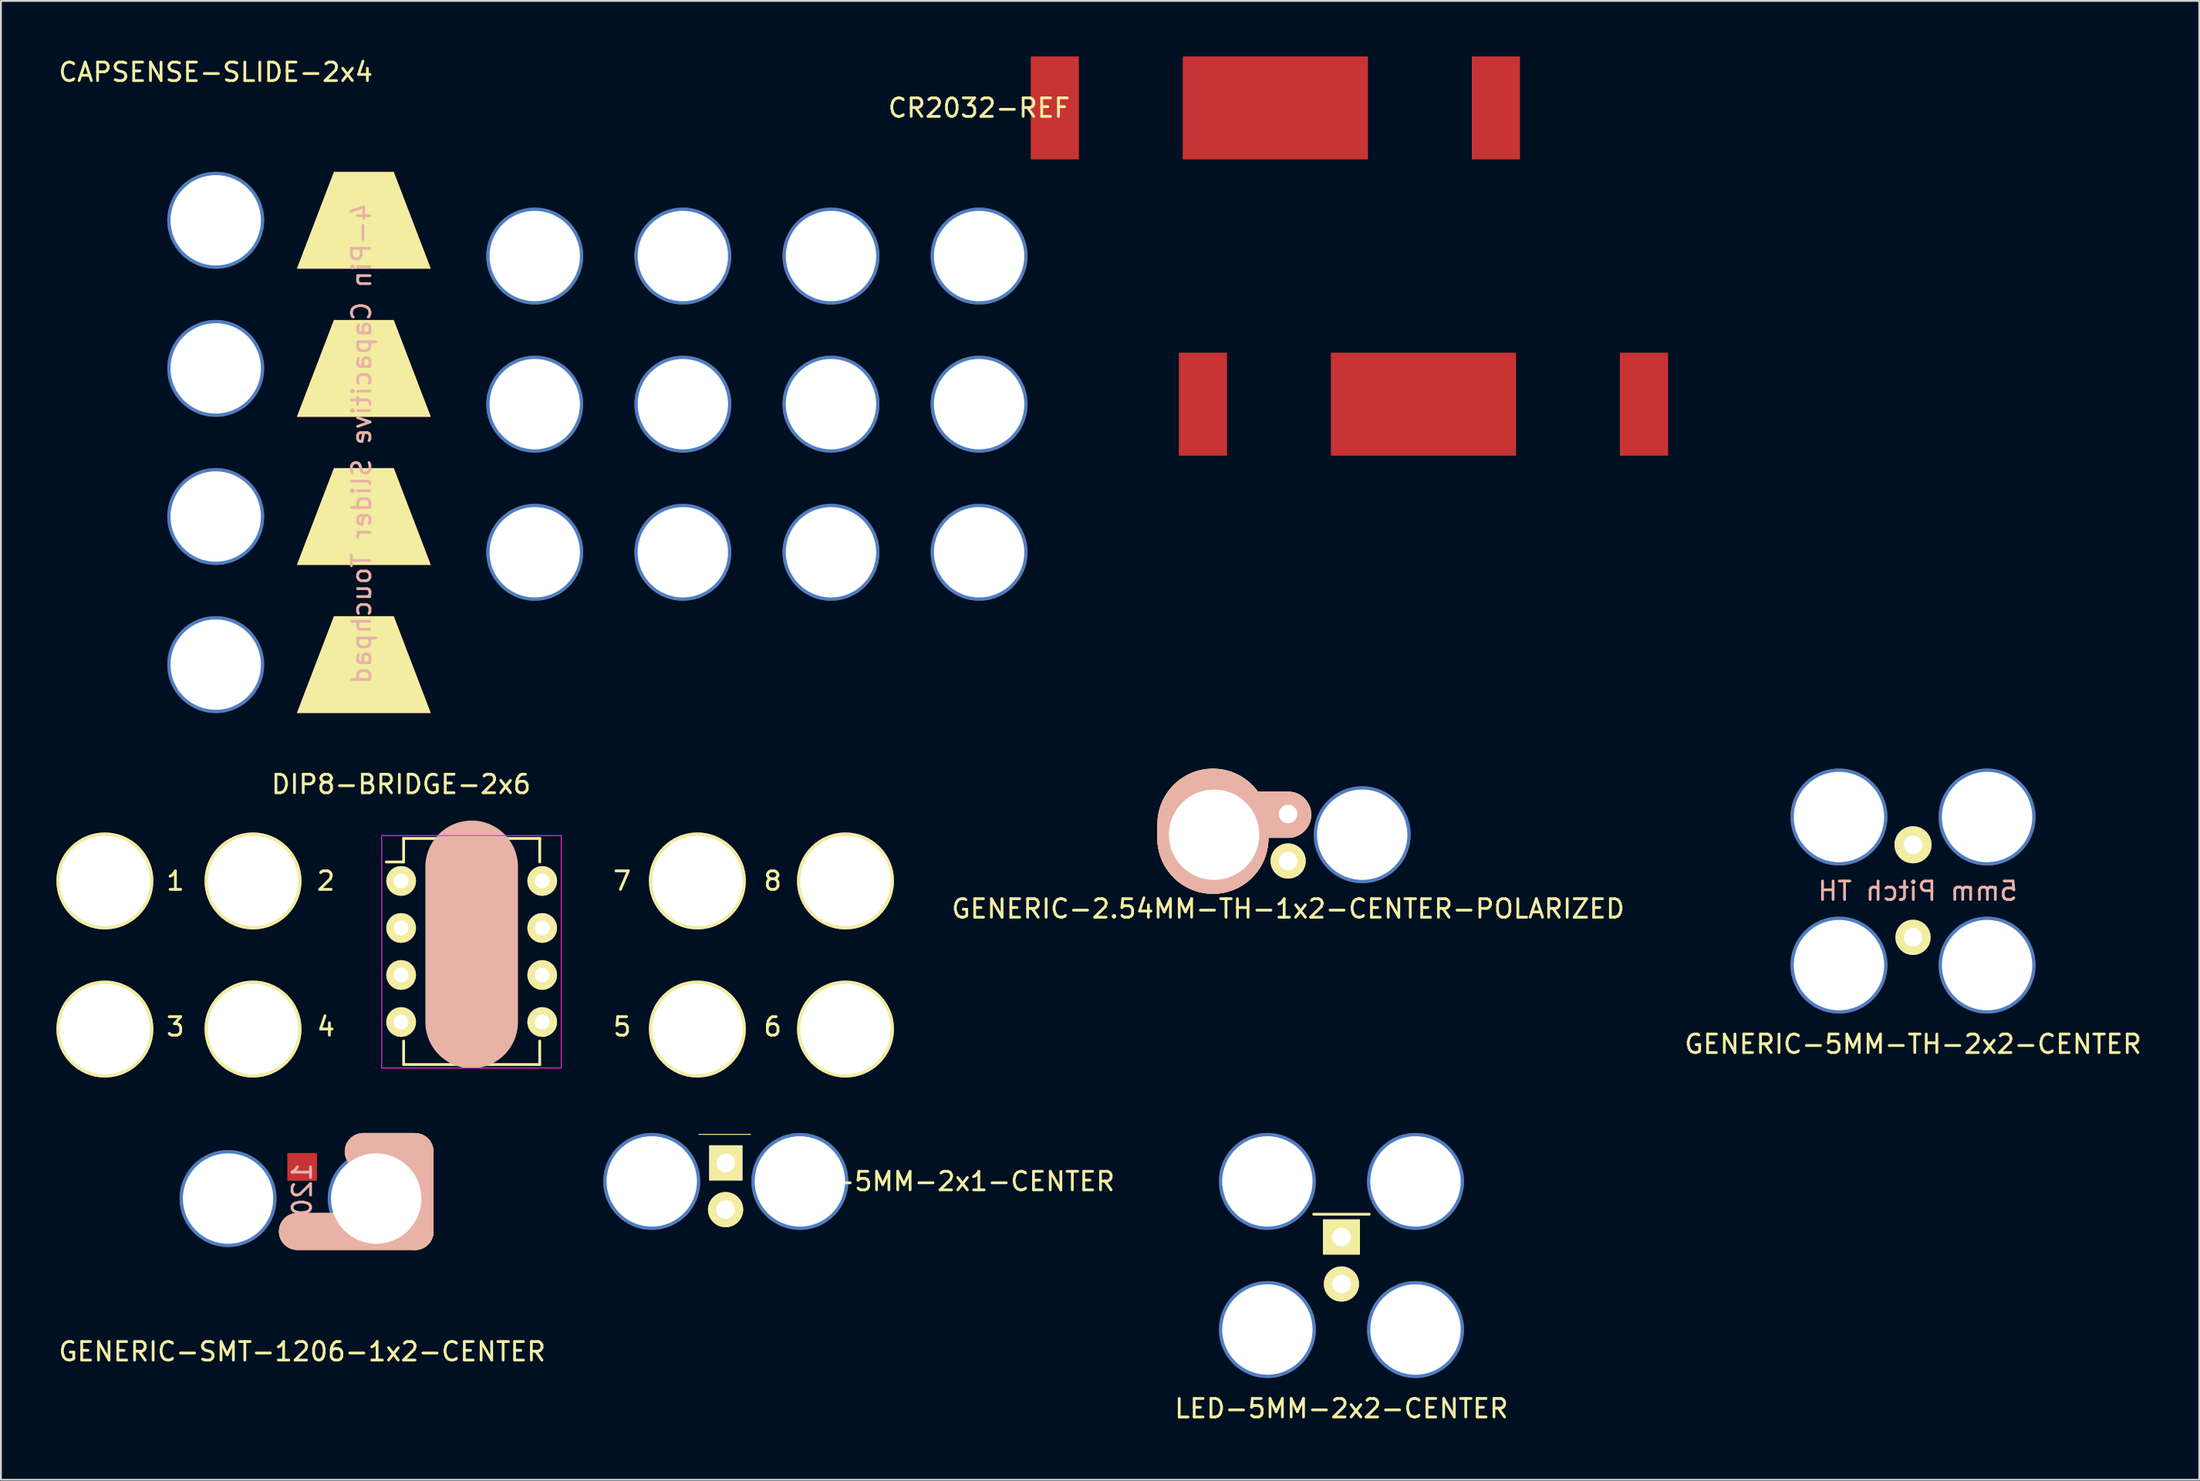
<source format=kicad_pcb>
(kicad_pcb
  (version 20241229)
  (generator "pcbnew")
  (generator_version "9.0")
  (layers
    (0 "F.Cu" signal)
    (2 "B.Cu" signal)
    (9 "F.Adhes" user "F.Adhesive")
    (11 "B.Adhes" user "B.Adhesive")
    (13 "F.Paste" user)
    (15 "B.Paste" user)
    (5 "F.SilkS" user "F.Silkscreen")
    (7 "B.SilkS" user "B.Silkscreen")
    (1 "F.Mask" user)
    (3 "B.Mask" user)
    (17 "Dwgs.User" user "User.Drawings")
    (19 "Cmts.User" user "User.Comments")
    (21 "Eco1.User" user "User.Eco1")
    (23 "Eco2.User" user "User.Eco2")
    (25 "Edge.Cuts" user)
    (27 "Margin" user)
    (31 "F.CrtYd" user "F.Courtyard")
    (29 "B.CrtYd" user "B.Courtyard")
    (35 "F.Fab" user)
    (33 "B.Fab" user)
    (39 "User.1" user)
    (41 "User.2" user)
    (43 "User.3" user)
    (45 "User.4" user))
  (footprint "GENERIC-SMT-1206-1x2-CENTER"
    (layer "F.Cu")
    (at 13.268 61.687)
    (property "Reference" "GENERIC-SMT-1206-1x2-CENTER" (at 0 8.267 0) (layer "F.SilkS") (effects (font (size 1 1) (thickness 0.15))))
    (attr through_hole)
    (fp_line (start -0.254 1.778) (end 6.096 1.778) (stroke (width 2) (type solid)) (layer "F.SilkS"))
    (fp_line (start 6.096 -2.54) (end 3.302 -2.54) (stroke (width 2) (type solid)) (layer "F.SilkS"))
    (fp_line (start 6.096 1.778) (end 6.096 -2.286) (stroke (width 2) (type solid)) (layer "F.SilkS"))
    (fp_line (start -0.254 1.778) (end 6.096 1.778) (stroke (width 2) (type solid)) (layer "B.SilkS"))
    (fp_line (start 6.096 -2.54) (end 3.302 -2.54) (stroke (width 2) (type solid)) (layer "B.SilkS"))
    (fp_line (start 6.096 1.778) (end 6.096 -2.286) (stroke (width 2) (type solid)) (layer "B.SilkS"))
    (fp_text user "1206" (at 0 0 90) (layer "B.SilkS") (effects (font (size 1 1) (thickness 0.15)) (justify mirror)))
    (pad "+" smd rect (at 0 1.71) (size 1.6 1.5) (layers "F.Cu" "F.Mask" "F.Paste"))
    (pad "+" thru_hole circle (at 4 0) (size 5.23 5.23) (drill 4.88) (layers "*.Cu" "*.Mask"))
    (pad "-" thru_hole circle (at -4 0) (size 5.23 5.23) (drill 4.88) (layers "*.Cu" "*.Mask"))
    (pad "-" smd rect (at 0 -1.71) (size 1.6 1.5) (layers "F.Cu" "F.Mask" "F.Paste")))
  (footprint "CAPSENSE-SLIDE-2x4"
    (layer "F.Cu")
    (at 8.601 32.848)
    (property "Reference" "CAPSENSE-SLIDE-2x4" (at 0 -32 0) (layer "F.SilkS") (effects (font (size 1 1) (thickness 0.15))))
    (attr through_hole)
    (fp_text user "4-Pin Capacitive Slider Touchpad" (at 7.874 -11.938 90) (layer "B.SilkS") (effects (font (size 1 1) (thickness 0.15)) (justify mirror)))
    (pad "1" thru_hole circle (at 0 -24) (size 5.23 5.23) (drill 4.88) (layers "*.Cu" "*.Mask"))
    (pad "1" smd trapezoid (at 8 -24) (size 5.23 5.23) (rect_delta 0 2) (layers "F.Cu" "F.SilkS"))
    (pad "2" thru_hole circle (at 0 -16) (size 5.23 5.23) (drill 4.88) (layers "*.Cu" "*.Mask"))
    (pad "2" smd trapezoid (at 8 -16) (size 5.23 5.23) (rect_delta 0 2) (layers "F.Cu" "F.SilkS"))
    (pad "3" thru_hole circle (at 0 -8) (size 5.23 5.23) (drill 4.88) (layers "*.Cu" "*.Mask"))
    (pad "3" smd trapezoid (at 8 -8) (size 5.23 5.23) (rect_delta 0 2) (layers "F.Cu" "F.SilkS"))
    (pad "4" thru_hole circle (at 0 0) (size 5.23 5.23) (drill 4.88) (layers "*.Cu" "*.Mask"))
    (pad "4" smd trapezoid (at 8 0) (size 5.23 5.23) (rect_delta 0 2) (layers "F.Cu" "F.SilkS")))
  (footprint "GENERIC-5MM-TH-2x2-CENTER"
    (layer "F.Cu")
    (at 100.272 45.078)
    (property "Reference" "GENERIC-5MM-TH-2x2-CENTER" (at 0 8.267 0) (layer "F.SilkS") (effects (font (size 1 1) (thickness 0.15))))
    (attr through_hole)
    (fp_text user "5mm Pitch TH" (at 0.254 0 0) (layer "B.SilkS") (effects (font (size 1 1) (thickness 0.15)) (justify mirror)))
    (pad "1" thru_hole circle (at -4 -4) (size 5.23 5.23) (drill 4.88) (layers "*.Cu" "*.Mask"))
    (pad "1" thru_hole circle (at 0 -2.5) (size 2 2) (drill 1.001) (layers "*.Cu" "*.Mask" "F.SilkS"))
    (pad "1" thru_hole circle (at 4 -4) (size 5.23 5.23) (drill 4.88) (layers "*.Cu" "*.Mask"))
    (pad "2" thru_hole circle (at -4 4) (size 5.23 5.23) (drill 4.88) (layers "*.Cu" "*.Mask"))
    (pad "2" thru_hole circle (at 0 2.5 270) (size 1.9 1.9) (drill 1.001) (layers "*.Cu" "*.Mask" "F.SilkS"))
    (pad "2" thru_hole circle (at 4 4) (size 5.23 5.23) (drill 4.88) (layers "*.Cu" "*.Mask")))
  (footprint "CR2032-REF"
    (layer "F.Cu")
    (at 41.831 18.78)
    (property "Reference" "CR2032-REF" (at 8 -16 0) (layer "F.SilkS") (effects (font (size 1 1) (thickness 0.15))))
    (attr through_hole)
    (pad "+" smd rect (at 12.09 -16) (size 2.6 5.56) (layers "F.Cu" "F.Mask" "F.Paste"))
    (pad "+" smd rect (at 20.09 0) (size 2.6 5.56) (layers "F.Cu" "F.Mask" "F.Paste"))
    (pad "+" smd rect (at 35.91 -16) (size 2.6 5.56) (layers "F.Cu" "F.Mask" "F.Paste"))
    (pad "+" smd rect (at 43.91 0) (size 2.6 5.56) (layers "F.Cu" "F.Mask" "F.Paste"))
    (pad "1" thru_hole circle (at -16 -8) (size 5.23 5.23) (drill 4.88) (layers "*.Cu" "*.Mask"))
    (pad "1" thru_hole circle (at -16 0) (size 5.23 5.23) (drill 4.88) (layers "*.Cu" "*.Mask"))
    (pad "1" thru_hole circle (at -16 8) (size 5.23 5.23) (drill 4.88) (layers "*.Cu" "*.Mask"))
    (pad "1" thru_hole circle (at -8 -8) (size 5.23 5.23) (drill 4.88) (layers "*.Cu" "*.Mask"))
    (pad "1" thru_hole circle (at -8 0) (size 5.23 5.23) (drill 4.88) (layers "*.Cu" "*.Mask"))
    (pad "1" thru_hole circle (at -8 8) (size 5.23 5.23) (drill 4.88) (layers "*.Cu" "*.Mask"))
    (pad "1" thru_hole circle (at 0 -8) (size 5.23 5.23) (drill 4.88) (layers "*.Cu" "*.Mask"))
    (pad "1" thru_hole circle (at 0 0) (size 5.23 5.23) (drill 4.88) (layers "*.Cu" "*.Mask"))
    (pad "1" thru_hole circle (at 0 8) (size 5.23 5.23) (drill 4.88) (layers "*.Cu" "*.Mask"))
    (pad "1" thru_hole circle (at 8 -8) (size 5.23 5.23) (drill 4.88) (layers "*.Cu" "*.Mask"))
    (pad "1" thru_hole circle (at 8 0) (size 5.23 5.23) (drill 4.88) (layers "*.Cu" "*.Mask"))
    (pad "1" thru_hole circle (at 8 8) (size 5.23 5.23) (drill 4.88) (layers "*.Cu" "*.Mask"))
    (pad "GND" smd rect (at 24 -16) (size 10 5.56) (layers "F.Cu" "F.Mask" "F.Paste"))
    (pad "GND" smd rect (at 32 0) (size 10 5.56) (layers "F.Cu" "F.Mask" "F.Paste")))
  (footprint "LED-5MM-2x1-CENTER"
    (layer "F.Cu")
    (at 32.151 60.761)
    (property "Reference" "LED-5MM-2x1-CENTER" (at 16 0 0) (layer "F.SilkS") (effects (font (size 1 1) (thickness 0.15))))
    (attr through_hole)
    (fp_line (start 2.54 -2.54) (end 5.334 -2.54) (stroke (width 0.051) (type solid)) (layer "F.SilkS"))
    (pad "+" thru_hole circle (at 3.988 1.524 270) (size 1.9 1.9) (drill 1.001) (layers "*.Cu" "*.Mask" "F.SilkS"))
    (pad "+" thru_hole circle (at 8 0) (size 5.23 5.23) (drill 4.88) (layers "*.Cu" "*.Mask"))
    (pad "-" thru_hole circle (at 0 0) (size 5.23 5.23) (drill 4.88) (layers "*.Cu" "*.Mask"))
    (pad "-" thru_hole rect (at 4 -1) (size 1.8 1.9) (drill 1) (layers "*.Cu" "*.Mask" "F.SilkS")))
  (footprint "LED-5MM-2x2-CENTER"
    (layer "F.Cu")
    (at 69.401 64.761)
    (property "Reference" "LED-5MM-2x2-CENTER" (at 0 8.267 180) (layer "F.SilkS") (effects (font (size 1 1) (thickness 0.15))))
    (attr through_hole)
    (fp_line (start -1.5 -2.23) (end 1.5 -2.23) (stroke (width 0.15) (type solid)) (layer "F.SilkS"))
    (pad "+" thru_hole circle (at -4 4) (size 5.23 5.23) (drill 4.88) (layers "*.Cu" "*.Mask"))
    (pad "+" thru_hole circle (at 0 1.54 270) (size 1.9 1.9) (drill 1.001) (layers "*.Cu" "*.Mask" "F.SilkS"))
    (pad "+" thru_hole circle (at 4 4) (size 5.23 5.23) (drill 4.88) (layers "*.Cu" "*.Mask"))
    (pad "-" thru_hole circle (at -4 -4) (size 5.23 5.23) (drill 4.88) (layers "*.Cu" "*.Mask"))
    (pad "-" thru_hole rect (at 0 -1) (size 2 1.9) (drill 1.001) (layers "*.Cu" "*.Mask" "F.SilkS"))
    (pad "-" thru_hole circle (at 4 -4) (size 5.23 5.23) (drill 4.88) (layers "*.Cu" "*.Mask")))
  (footprint "DIP8-BRIDGE-2x6"
    (layer "F.Cu")
    (at 18.615 44.532)
    (property "Reference" "DIP8-BRIDGE-2x6" (at 0 -5.22 0) (layer "F.SilkS") (effects (font (size 1 1) (thickness 0.15))))
    (attr through_hole)
    (fp_line (start 0.135 -2.295) (end 0.135 -1.025) (stroke (width 0.15) (type solid)) (layer "F.SilkS"))
    (fp_line (start 0.135 -2.295) (end 7.485 -2.295) (stroke (width 0.15) (type solid)) (layer "F.SilkS"))
    (fp_line (start 0.135 -1.025) (end -0.8 -1.025) (stroke (width 0.15) (type solid)) (layer "F.SilkS"))
    (fp_line (start 0.135 9.915) (end 0.135 8.645) (stroke (width 0.15) (type solid)) (layer "F.SilkS"))
    (fp_line (start 0.135 9.915) (end 7.485 9.915) (stroke (width 0.15) (type solid)) (layer "F.SilkS"))
    (fp_line (start 7.485 -2.295) (end 7.485 -1.025) (stroke (width 0.15) (type solid)) (layer "F.SilkS"))
    (fp_line (start 7.485 9.915) (end 7.485 8.645) (stroke (width 0.15) (type solid)) (layer "F.SilkS"))
    (fp_line (start 3.81 -0.762) (end 3.81 7.62) (stroke (width 5) (type solid)) (layer "B.SilkS"))
    (fp_line (start -1.05 -2.45) (end -1.05 10.1) (stroke (width 0.05) (type solid)) (layer "F.CrtYd"))
    (fp_line (start -1.05 -2.45) (end 8.65 -2.45) (stroke (width 0.05) (type solid)) (layer "F.CrtYd"))
    (fp_line (start -1.05 10.1) (end 8.65 10.1) (stroke (width 0.05) (type solid)) (layer "F.CrtYd"))
    (fp_line (start 8.65 -2.45) (end 8.65 10.1) (stroke (width 0.05) (type solid)) (layer "F.CrtYd"))
    (fp_text user "8" (at 20.066 0 0) (layer "F.SilkS") (effects (font (size 1 1) (thickness 0.15))))
    (fp_text user "2" (at -4.064 0 0) (layer "F.SilkS") (effects (font (size 1 1) (thickness 0.15))))
    (fp_text user "1" (at -12.192 0 0) (layer "F.SilkS") (effects (font (size 1 1) (thickness 0.15))))
    (fp_text user "7" (at 11.938 0 0) (layer "F.SilkS") (effects (font (size 1 1) (thickness 0.15))))
    (fp_text user "4" (at -4.064 7.874 0) (layer "F.SilkS") (effects (font (size 1 1) (thickness 0.15))))
    (fp_text user "3" (at -12.192 7.874 0) (layer "F.SilkS") (effects (font (size 1 1) (thickness 0.15))))
    (fp_text user "6" (at 20.066 7.874 0) (layer "F.SilkS") (effects (font (size 1 1) (thickness 0.15))))
    (fp_text user "5" (at 11.938 7.874 0) (layer "F.SilkS") (effects (font (size 1 1) (thickness 0.15))))
    (pad "1" thru_hole circle (at -16 0) (size 5.23 5.23) (drill 4.88) (layers "*.Cu" "*.Mask" "F.SilkS"))
    (pad "1" thru_hole oval (at 0 0) (size 1.6 1.6) (drill 0.8) (layers "*.Cu" "*.Mask" "F.SilkS"))
    (pad "2" thru_hole circle (at -8 0) (size 5.23 5.23) (drill 4.88) (layers "*.Cu" "*.Mask" "F.SilkS"))
    (pad "2" thru_hole oval (at 0 2.54) (size 1.6 1.6) (drill 0.8) (layers "*.Cu" "*.Mask" "F.SilkS"))
    (pad "3" thru_hole circle (at -16 8) (size 5.23 5.23) (drill 4.88) (layers "*.Cu" "*.Mask" "F.SilkS"))
    (pad "3" thru_hole oval (at 0 5.08) (size 1.6 1.6) (drill 0.8) (layers "*.Cu" "*.Mask" "F.SilkS"))
    (pad "4" thru_hole circle (at -8 8) (size 5.23 5.23) (drill 4.88) (layers "*.Cu" "*.Mask" "F.SilkS"))
    (pad "4" thru_hole oval (at 0 7.62) (size 1.6 1.6) (drill 0.8) (layers "*.Cu" "*.Mask" "F.SilkS"))
    (pad "5" thru_hole oval (at 7.62 7.62) (size 1.6 1.6) (drill 0.8) (layers "*.Cu" "*.Mask" "F.SilkS"))
    (pad "5" thru_hole circle (at 16 8) (size 5.23 5.23) (drill 4.88) (layers "*.Cu" "*.Mask" "F.SilkS"))
    (pad "6" thru_hole oval (at 7.62 5.08) (size 1.6 1.6) (drill 0.8) (layers "*.Cu" "*.Mask" "F.SilkS"))
    (pad "6" thru_hole circle (at 24 8) (size 5.23 5.23) (drill 4.88) (layers "*.Cu" "*.Mask" "F.SilkS"))
    (pad "7" thru_hole oval (at 7.62 2.54) (size 1.6 1.6) (drill 0.8) (layers "*.Cu" "*.Mask" "F.SilkS"))
    (pad "7" thru_hole circle (at 16 0) (size 5.23 5.23) (drill 4.88) (layers "*.Cu" "*.Mask" "F.SilkS"))
    (pad "8" thru_hole oval (at 7.62 0) (size 1.6 1.6) (drill 0.8) (layers "*.Cu" "*.Mask" "F.SilkS"))
    (pad "8" thru_hole circle (at 24 0) (size 5.23 5.23) (drill 4.88) (layers "*.Cu" "*.Mask" "F.SilkS")))
  (footprint "GENERIC-2.54MM-TH-1x2-CENTER-POLARIZED"
    (layer "F.Cu")
    (at 66.522 46.035)
    (property "Reference" "GENERIC-2.54MM-TH-1x2-CENTER-POLARIZED" (at 0 0 0) (layer "F.SilkS") (effects (font (size 1 1) (thickness 0.15))))
    (attr through_hole)
    (fp_line (start -4.064 -5.08) (end 0 -5.08) (stroke (width 2.5) (type solid)) (layer "F.SilkS"))
    (fp_line (start -4.064 -3.81) (end -4.064 -4.572) (stroke (width 6) (type solid)) (layer "F.SilkS"))
    (fp_line (start -4.064 -3.81) (end -4.064 -4.318) (stroke (width 6) (type solid)) (layer "F.SilkS"))
    (fp_line (start -4.064 -5.08) (end 0 -5.08) (stroke (width 2.5) (type solid)) (layer "B.SilkS"))
    (fp_line (start -4.064 -3.81) (end -4.064 -4.572) (stroke (width 6) (type solid)) (layer "B.SilkS"))
    (fp_line (start -4.064 -3.81) (end -4.064 -4.318) (stroke (width 6) (type solid)) (layer "B.SilkS"))
    (pad "+" thru_hole circle (at -4 -4) (size 5.23 5.23) (drill 4.88) (layers "*.Cu" "*.Mask"))
    (pad "+" thru_hole circle (at 0 -5.12) (size 2 2) (drill 1.001) (layers "*.Cu" "*.Mask" "F.SilkS"))
    (pad "-" thru_hole circle (at 0 -2.58 270) (size 1.9 1.9) (drill 1.001) (layers "*.Cu" "*.Mask" "F.SilkS"))
    (pad "-" thru_hole circle (at 4 -4) (size 5.23 5.23) (drill 4.88) (layers "*.Cu" "*.Mask")))
  (gr_rect
    (start -3 -3)
    (end 115.73 76.876)
    (stroke (width 0.1) (type default))
    (fill no)
    (layer "Edge.Cuts")))
</source>
